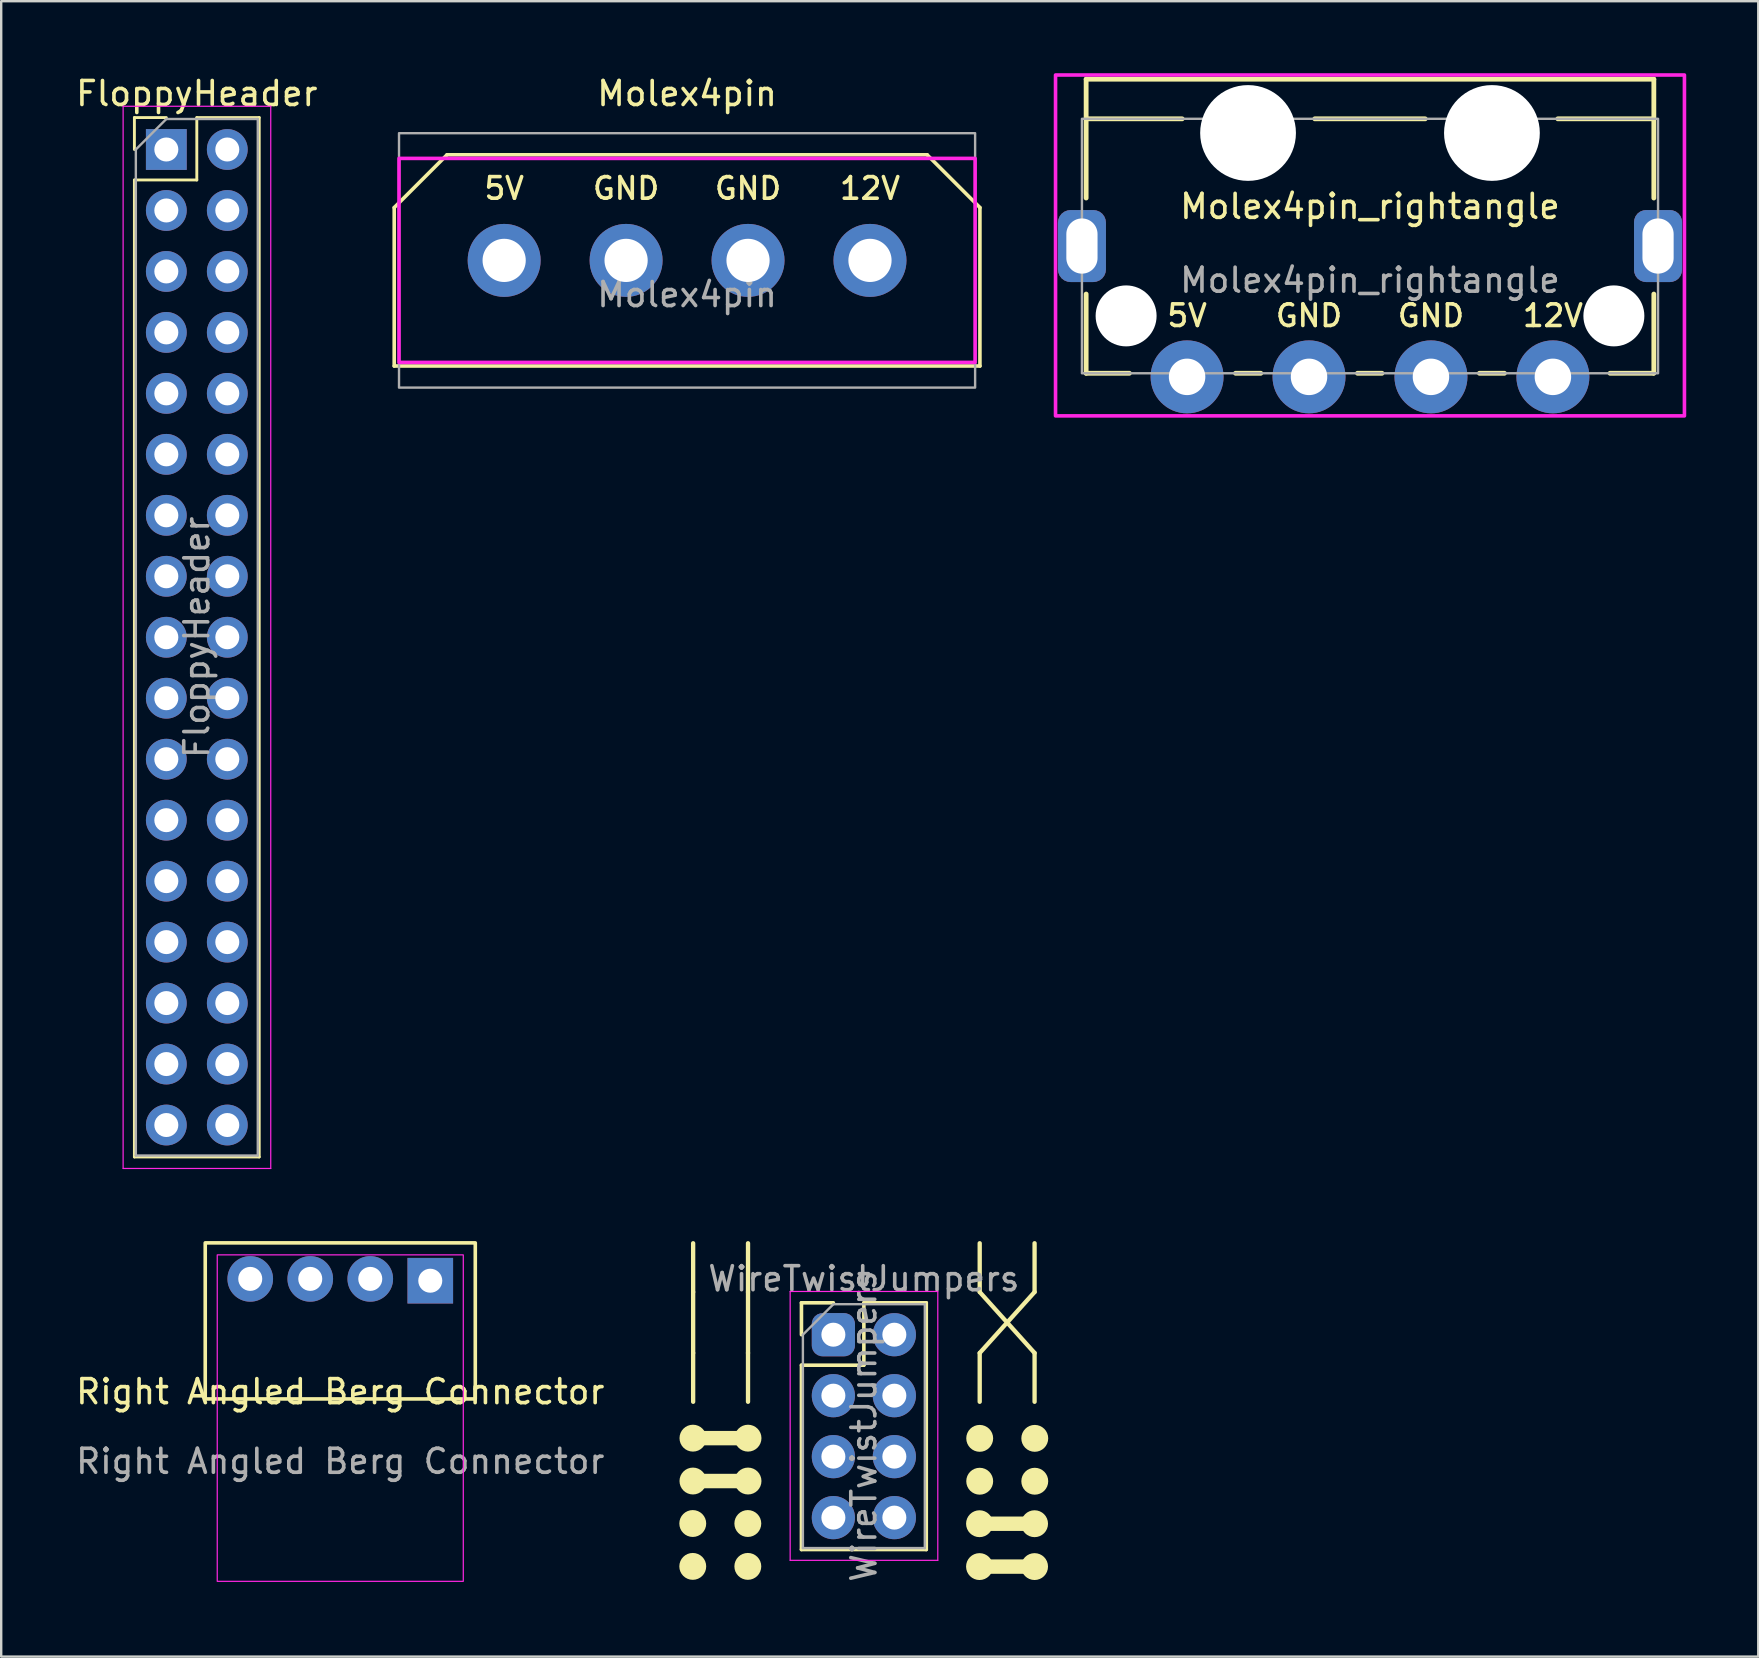
<source format=kicad_pcb>
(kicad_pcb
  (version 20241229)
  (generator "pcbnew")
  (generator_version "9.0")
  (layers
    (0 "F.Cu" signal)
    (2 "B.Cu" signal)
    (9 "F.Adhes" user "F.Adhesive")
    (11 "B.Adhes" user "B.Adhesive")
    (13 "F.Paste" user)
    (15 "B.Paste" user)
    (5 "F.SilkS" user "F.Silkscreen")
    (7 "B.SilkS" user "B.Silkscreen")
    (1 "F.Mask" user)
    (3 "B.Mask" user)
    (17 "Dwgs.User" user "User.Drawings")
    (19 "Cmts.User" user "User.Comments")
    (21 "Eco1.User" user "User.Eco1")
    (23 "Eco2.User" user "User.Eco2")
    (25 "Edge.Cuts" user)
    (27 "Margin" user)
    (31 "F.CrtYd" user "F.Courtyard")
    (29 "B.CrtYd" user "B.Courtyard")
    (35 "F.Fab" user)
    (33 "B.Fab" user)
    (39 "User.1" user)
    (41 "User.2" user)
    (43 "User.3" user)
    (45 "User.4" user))
  (footprint "Molex4pin_rightangle"
    (layer "F.Cu")
    (at 54.023 7.2)
    (property "Reference" "Molex4pin_rightangle" (at 0 -1.65 0) (unlocked yes) (layer "F.SilkS") (effects (font (size 1 1) (thickness 0.15))))
    (attr through_hole)
    (fp_line (start -11.825 -6.95) (end 11.825 -6.95) (stroke (width 0.2) (type solid)) (layer "F.SilkS"))
    (fp_line (start -11.825 -5.3) (end -11.825 -6.95) (stroke (width 0.2) (type solid)) (layer "F.SilkS"))
    (fp_line (start -11.825 -5.3) (end -11.825 -2) (stroke (width 0.2) (type solid)) (layer "F.SilkS"))
    (fp_line (start -11.825 -5.3) (end -7.825 -5.3) (stroke (width 0.2) (type solid)) (layer "F.SilkS"))
    (fp_line (start -11.825 2) (end -11.825 5.3) (stroke (width 0.2) (type solid)) (layer "F.SilkS"))
    (fp_line (start -10.025 5.3) (end -11.825 5.3) (stroke (width 0.2) (type solid)) (layer "F.SilkS"))
    (fp_line (start -4.55 5.3) (end -5.6 5.3) (stroke (width 0.2) (type solid)) (layer "F.SilkS"))
    (fp_line (start -2.3 -5.3) (end 2.3 -5.3) (stroke (width 0.2) (type solid)) (layer "F.SilkS"))
    (fp_line (start 0.5 5.3) (end -0.52 5.3) (stroke (width 0.2) (type solid)) (layer "F.SilkS"))
    (fp_line (start 5.6 5.3) (end 4.56 5.3) (stroke (width 0.2) (type solid)) (layer "F.SilkS"))
    (fp_line (start 11.8 5.3) (end 10 5.3) (stroke (width 0.2) (type solid)) (layer "F.SilkS"))
    (fp_line (start 11.825 -5.3) (end 7.825 -5.3) (stroke (width 0.2) (type solid)) (layer "F.SilkS"))
    (fp_line (start 11.825 -5.3) (end 11.825 -6.95) (stroke (width 0.2) (type solid)) (layer "F.SilkS"))
    (fp_line (start 11.825 -5.3) (end 11.825 -2) (stroke (width 0.2) (type solid)) (layer "F.SilkS"))
    (fp_line (start 11.825 2) (end 11.825 5.3) (stroke (width 0.2) (type solid)) (layer "F.SilkS"))
    (fp_rect (start -13.1 -7.125) (end 13.1 7.075) (stroke (width 0.15) (type solid)) (fill no) (layer "F.CrtYd"))
    (fp_rect (start 12 -5.3) (end -12 5.3) (stroke (width 0.1) (type solid)) (fill no) (layer "F.Fab"))
    (fp_text user "GND" (at 2.54 2.9 0) (unlocked yes) (layer "F.SilkS") (effects (font (size 0.9 0.9) (thickness 0.15))))
    (fp_text user "5V" (at -7.62 2.9 0) (unlocked yes) (layer "F.SilkS") (effects (font (size 0.9 0.9) (thickness 0.15))))
    (fp_text user "GND" (at -2.54 2.9 0) (unlocked yes) (layer "F.SilkS") (effects (font (size 0.9 0.9) (thickness 0.15))))
    (fp_text user "12V" (at 7.62 2.9 0) (unlocked yes) (layer "F.SilkS") (effects (font (size 0.9 0.9) (thickness 0.15))))
    (fp_text user "${REFERENCE}" (at 0 1.425 0) (unlocked yes) (layer "F.Fab") (effects (font (size 1 1) (thickness 0.15))))
    (pad "" np_thru_hole circle (at -10.16 2.91) (size 2.54 2.54) (drill 2.54) (layers "*.Cu" "*.Mask"))
    (pad "" np_thru_hole circle (at -5.08 -4.71) (size 3.99 3.99) (drill 3.99) (layers "*.Cu" "*.Mask"))
    (pad "" np_thru_hole circle (at 5.08 -4.71) (size 3.99 3.99) (drill 3.99) (layers "*.Cu" "*.Mask"))
    (pad "" np_thru_hole circle (at 10.16 2.91) (size 2.54 2.54) (drill 2.54) (layers "*.Cu" "*.Mask"))
    (pad "1" thru_hole circle (at -7.62 5.45) (size 3.04 3.04) (drill 1.52) (layers "*.Cu" "*.Mask"))
    (pad "2" thru_hole circle (at -2.54 5.45) (size 3.04 3.04) (drill 1.52) (layers "*.Cu" "*.Mask"))
    (pad "3" thru_hole circle (at 2.54 5.45) (size 3.04 3.04) (drill 1.52) (layers "*.Cu" "*.Mask"))
    (pad "4" thru_hole circle (at 7.62 5.45) (size 3.04 3.04) (drill 1.52) (layers "*.Cu" "*.Mask"))
    (pad "SHD" thru_hole roundrect (at -12 0) (size 2 3) (drill oval 1.3 2.3) (layers "*.Cu" "*.Mask") (roundrect_rratio 0.263))
    (pad "SHD" thru_hole roundrect (at 12 0) (size 2 3) (drill oval 1.3 2.3) (layers "*.Cu" "*.Mask") (roundrect_rratio 0.25)))
  (footprint "WireTwistJumpers"
    (layer "F.Cu")
    (at 31.668 52.553)
    (property "Reference" "WireTwistJumpers" (at 1.27 -2.33 0) (layer "F.Fab") (effects (font (size 1 1) (thickness 0.15))))
    (attr through_hole)
    (fp_line (start -5.85 4.31) (end -3.556 4.31) (stroke (width 0.6) (type solid)) (layer "F.SilkS"))
    (fp_line (start -5.85 6.096) (end -3.556 6.096) (stroke (width 0.6) (type solid)) (layer "F.SilkS"))
    (fp_line (start -5.842 -3.81) (end -5.842 -1.778) (stroke (width 0.18) (type solid)) (layer "F.SilkS"))
    (fp_line (start -5.842 -1.778) (end -5.842 0.762) (stroke (width 0.18) (type solid)) (layer "F.SilkS"))
    (fp_line (start -5.842 2.794) (end -5.842 0.762) (stroke (width 0.18) (type solid)) (layer "F.SilkS"))
    (fp_line (start -3.556 -3.81) (end -3.556 -1.778) (stroke (width 0.18) (type solid)) (layer "F.SilkS"))
    (fp_line (start -3.556 0.762) (end -3.556 -1.778) (stroke (width 0.18) (type solid)) (layer "F.SilkS"))
    (fp_line (start -3.556 2.794) (end -3.556 0.762) (stroke (width 0.18) (type solid)) (layer "F.SilkS"))
    (fp_line (start -1.33 -1.33) (end 0 -1.33) (stroke (width 0.15) (type solid)) (layer "F.SilkS"))
    (fp_line (start -1.33 0) (end -1.33 -1.33) (stroke (width 0.15) (type solid)) (layer "F.SilkS"))
    (fp_line (start -1.33 1.27) (end -1.33 8.95) (stroke (width 0.15) (type solid)) (layer "F.SilkS"))
    (fp_line (start -1.33 1.27) (end 1.27 1.27) (stroke (width 0.15) (type solid)) (layer "F.SilkS"))
    (fp_line (start -1.33 8.95) (end 3.87 8.95) (stroke (width 0.15) (type solid)) (layer "F.SilkS"))
    (fp_line (start 1.27 -1.33) (end 3.87 -1.33) (stroke (width 0.15) (type solid)) (layer "F.SilkS"))
    (fp_line (start 1.27 1.27) (end 1.27 -1.33) (stroke (width 0.15) (type solid)) (layer "F.SilkS"))
    (fp_line (start 3.87 -1.33) (end 3.87 8.95) (stroke (width 0.15) (type solid)) (layer "F.SilkS"))
    (fp_line (start 6.088 7.874) (end 8.382 7.874) (stroke (width 0.6) (type solid)) (layer "F.SilkS"))
    (fp_line (start 6.088 9.66) (end 8.382 9.66) (stroke (width 0.6) (type solid)) (layer "F.SilkS"))
    (fp_line (start 6.096 -3.81) (end 6.096 -1.778) (stroke (width 0.18) (type solid)) (layer "F.SilkS"))
    (fp_line (start 6.096 -1.778) (end 8.382 0.762) (stroke (width 0.18) (type solid)) (layer "F.SilkS"))
    (fp_line (start 6.096 0.762) (end 8.382 -1.778) (stroke (width 0.18) (type solid)) (layer "F.SilkS"))
    (fp_line (start 6.096 2.794) (end 6.096 0.762) (stroke (width 0.18) (type solid)) (layer "F.SilkS"))
    (fp_line (start 8.382 -3.81) (end 8.382 -1.778) (stroke (width 0.18) (type solid)) (layer "F.SilkS"))
    (fp_line (start 8.382 2.794) (end 8.382 0.762) (stroke (width 0.18) (type solid)) (layer "F.SilkS"))
    (fp_circle (center -5.858 7.866) (end -5.358 7.866) (stroke (width 0.12) (type solid)) (fill yes) (layer "F.SilkS"))
    (fp_circle (center -5.858 9.652) (end -5.358 9.652) (stroke (width 0.12) (type solid)) (fill yes) (layer "F.SilkS"))
    (fp_circle (center -5.85 4.31) (end -5.35 4.31) (stroke (width 0.12) (type solid)) (fill yes) (layer "F.SilkS"))
    (fp_circle (center -5.85 6.096) (end -5.35 6.096) (stroke (width 0.12) (type solid)) (fill yes) (layer "F.SilkS"))
    (fp_circle (center -3.564 7.866) (end -3.064 7.866) (stroke (width 0.12) (type solid)) (fill yes) (layer "F.SilkS"))
    (fp_circle (center -3.564 9.652) (end -3.064 9.652) (stroke (width 0.12) (type solid)) (fill yes) (layer "F.SilkS"))
    (fp_circle (center -3.556 4.31) (end -3.056 4.31) (stroke (width 0.12) (type solid)) (fill yes) (layer "F.SilkS"))
    (fp_circle (center -3.556 6.096) (end -3.056 6.096) (stroke (width 0.12) (type solid)) (fill yes) (layer "F.SilkS"))
    (fp_circle (center 6.088 7.874) (end 6.588 7.874) (stroke (width 0.12) (type solid)) (fill yes) (layer "F.SilkS"))
    (fp_circle (center 6.088 9.66) (end 6.588 9.66) (stroke (width 0.12) (type solid)) (fill yes) (layer "F.SilkS"))
    (fp_circle (center 6.096 4.318) (end 6.596 4.318) (stroke (width 0.12) (type solid)) (fill yes) (layer "F.SilkS"))
    (fp_circle (center 6.096 6.104) (end 6.596 6.104) (stroke (width 0.12) (type solid)) (fill yes) (layer "F.SilkS"))
    (fp_circle (center 8.382 7.874) (end 8.882 7.874) (stroke (width 0.12) (type solid)) (fill yes) (layer "F.SilkS"))
    (fp_circle (center 8.382 9.66) (end 8.882 9.66) (stroke (width 0.12) (type solid)) (fill yes) (layer "F.SilkS"))
    (fp_circle (center 8.39 4.318) (end 8.89 4.318) (stroke (width 0.12) (type solid)) (fill yes) (layer "F.SilkS"))
    (fp_circle (center 8.39 6.104) (end 8.89 6.104) (stroke (width 0.12) (type solid)) (fill yes) (layer "F.SilkS"))
    (fp_line (start -1.8 -1.8) (end -1.8 9.4) (stroke (width 0.05) (type solid)) (layer "F.CrtYd"))
    (fp_line (start -1.8 9.4) (end 4.35 9.4) (stroke (width 0.05) (type solid)) (layer "F.CrtYd"))
    (fp_line (start 4.35 -1.8) (end -1.8 -1.8) (stroke (width 0.05) (type solid)) (layer "F.CrtYd"))
    (fp_line (start 4.35 9.4) (end 4.35 -1.8) (stroke (width 0.05) (type solid)) (layer "F.CrtYd"))
    (fp_line (start -1.27 0) (end 0 -1.27) (stroke (width 0.1) (type solid)) (layer "F.Fab"))
    (fp_line (start -1.27 8.89) (end -1.27 0) (stroke (width 0.1) (type solid)) (layer "F.Fab"))
    (fp_line (start 0 -1.27) (end 3.81 -1.27) (stroke (width 0.1) (type solid)) (layer "F.Fab"))
    (fp_line (start 3.81 -1.27) (end 3.81 8.89) (stroke (width 0.1) (type solid)) (layer "F.Fab"))
    (fp_line (start 3.81 8.89) (end -1.27 8.89) (stroke (width 0.1) (type solid)) (layer "F.Fab"))
    (fp_text user "${REFERENCE}" (at 1.27 3.81 90) (layer "F.Fab") (effects (font (size 1 1) (thickness 0.15))))
    (pad "1" thru_hole roundrect (at 0 0) (size 1.8 1.8) (drill 1) (layers "*.Cu" "*.Mask") (roundrect_rratio 0.25))
    (pad "2" thru_hole circle (at 2.54 0) (size 1.8 1.8) (drill 1) (layers "*.Cu" "*.Mask"))
    (pad "3" thru_hole circle (at 0 2.54) (size 1.8 1.8) (drill 1) (layers "*.Cu" "*.Mask"))
    (pad "4" thru_hole circle (at 2.54 2.54) (size 1.8 1.8) (drill 1) (layers "*.Cu" "*.Mask"))
    (pad "5" thru_hole circle (at 0 5.08) (size 1.8 1.8) (drill 1) (layers "*.Cu" "*.Mask"))
    (pad "6" thru_hole circle (at 2.54 5.08) (size 1.8 1.8) (drill 1) (layers "*.Cu" "*.Mask"))
    (pad "7" thru_hole circle (at 0 7.62) (size 1.8 1.8) (drill 1) (layers "*.Cu" "*.Mask"))
    (pad "8" thru_hole circle (at 2.54 7.62) (size 1.8 1.8) (drill 1) (layers "*.Cu" "*.Mask")))
  (footprint "Right Angled Berg Connector"
    (layer "F.Cu")
    (at 11.125 50.228)
    (property "Reference" "Right Angled Berg Connector" (at 0 4.7 0) (unlocked yes) (layer "F.SilkS") (effects (font (size 1 1) (thickness 0.15))))
    (attr through_hole)
    (fp_rect (start -5.625 -1.5) (end 5.625 5) (stroke (width 0.15) (type solid)) (fill no) (layer "F.SilkS"))
    (fp_rect (start -5.125 -1) (end 5.125 12.6) (stroke (width 0.05) (type solid)) (fill no) (layer "F.CrtYd"))
    (fp_text user "${REFERENCE}" (at 0 7.6 0) (unlocked yes) (layer "F.Fab") (effects (font (size 1 1) (thickness 0.15))))
    (pad "1" thru_hole rect (at 3.75 0.076) (size 1.9 1.9) (drill 1) (layers "*.Cu" "*.Mask"))
    (pad "2" thru_hole circle (at 1.25 0) (size 1.9 1.9) (drill 1) (layers "*.Cu" "*.Mask"))
    (pad "3" thru_hole circle (at -1.25 0) (size 1.9 1.9) (drill 1) (layers "*.Cu" "*.Mask"))
    (pad "4" thru_hole circle (at -3.75 0) (size 1.9 1.9) (drill 1) (layers "*.Cu" "*.Mask")))
  (footprint "Molex4pin"
    (layer "F.Cu")
    (at 25.573 7.798)
    (property "Reference" "Molex4pin" (at 0 -6.95 0) (unlocked yes) (layer "F.SilkS") (effects (font (size 1 1) (thickness 0.15))))
    (attr through_hole)
    (fp_line (start -12.2 -2.2) (end -12.2 4.4) (stroke (width 0.15) (type solid)) (layer "F.SilkS"))
    (fp_line (start -12.2 4.4) (end 12.2 4.4) (stroke (width 0.15) (type solid)) (layer "F.SilkS"))
    (fp_line (start -10 -4.4) (end -12.2 -2.2) (stroke (width 0.15) (type solid)) (layer "F.SilkS"))
    (fp_line (start 10 -4.4) (end -10 -4.4) (stroke (width 0.15) (type solid)) (layer "F.SilkS"))
    (fp_line (start 10 -4.4) (end 12.2 -2.2) (stroke (width 0.15) (type solid)) (layer "F.SilkS"))
    (fp_line (start 12.2 -2.2) (end 12.2 4.4) (stroke (width 0.15) (type solid)) (layer "F.SilkS"))
    (fp_rect (start -12 -4.25) (end 12 4.25) (stroke (width 0.15) (type solid)) (fill no) (layer "F.CrtYd"))
    (fp_rect (start 12 -5.3) (end -12 5.3) (stroke (width 0.1) (type solid)) (fill no) (layer "F.Fab"))
    (fp_text user "GND" (at 2.54 -3 0) (unlocked yes) (layer "F.SilkS") (effects (font (size 0.9 0.9) (thickness 0.15))))
    (fp_text user "5V" (at -7.62 -3 0) (unlocked yes) (layer "F.SilkS") (effects (font (size 0.9 0.9) (thickness 0.15))))
    (fp_text user "GND" (at -2.54 -3 0) (unlocked yes) (layer "F.SilkS") (effects (font (size 0.9 0.9) (thickness 0.15))))
    (fp_text user "12V" (at 7.62 -3 0) (unlocked yes) (layer "F.SilkS") (effects (font (size 0.9 0.9) (thickness 0.15))))
    (fp_text user "${REFERENCE}" (at 0 1.425 0) (unlocked yes) (layer "F.Fab") (effects (font (size 1 1) (thickness 0.15))))
    (pad "1" thru_hole circle (at -7.62 0) (size 3.04 3.04) (drill 1.8) (layers "*.Cu" "*.Mask"))
    (pad "2" thru_hole circle (at -2.54 0) (size 3.04 3.04) (drill 1.8) (layers "*.Cu" "*.Mask"))
    (pad "3" thru_hole circle (at 2.54 0) (size 3.04 3.04) (drill 1.8) (layers "*.Cu" "*.Mask"))
    (pad "4" thru_hole circle (at 7.62 0) (size 3.04 3.04) (drill 1.8) (layers "*.Cu" "*.Mask")))
  (footprint "FloppyHeader"
    (layer "F.Cu")
    (at 3.879 3.178)
    (property "Reference" "FloppyHeader" (at 1.27 -2.33 0) (layer "F.SilkS") (effects (font (size 1 1) (thickness 0.15))))
    (attr through_hole)
    (fp_line (start -1.33 -1.33) (end 0 -1.33) (stroke (width 0.12) (type solid)) (layer "F.SilkS"))
    (fp_line (start -1.33 0) (end -1.33 -1.33) (stroke (width 0.12) (type solid)) (layer "F.SilkS"))
    (fp_line (start -1.33 1.27) (end -1.33 41.97) (stroke (width 0.12) (type solid)) (layer "F.SilkS"))
    (fp_line (start -1.33 1.27) (end 1.27 1.27) (stroke (width 0.12) (type solid)) (layer "F.SilkS"))
    (fp_line (start -1.33 41.97) (end 3.87 41.97) (stroke (width 0.12) (type solid)) (layer "F.SilkS"))
    (fp_line (start 1.27 -1.33) (end 3.87 -1.33) (stroke (width 0.12) (type solid)) (layer "F.SilkS"))
    (fp_line (start 1.27 1.27) (end 1.27 -1.33) (stroke (width 0.12) (type solid)) (layer "F.SilkS"))
    (fp_line (start 3.87 -1.33) (end 3.87 41.97) (stroke (width 0.12) (type solid)) (layer "F.SilkS"))
    (fp_line (start -1.8 -1.8) (end -1.8 42.45) (stroke (width 0.05) (type solid)) (layer "F.CrtYd"))
    (fp_line (start -1.8 42.45) (end 4.35 42.45) (stroke (width 0.05) (type solid)) (layer "F.CrtYd"))
    (fp_line (start 4.35 -1.8) (end -1.8 -1.8) (stroke (width 0.05) (type solid)) (layer "F.CrtYd"))
    (fp_line (start 4.35 42.45) (end 4.35 -1.8) (stroke (width 0.05) (type solid)) (layer "F.CrtYd"))
    (fp_line (start -1.27 0) (end 0 -1.27) (stroke (width 0.1) (type solid)) (layer "F.Fab"))
    (fp_line (start -1.27 41.91) (end -1.27 0) (stroke (width 0.1) (type solid)) (layer "F.Fab"))
    (fp_line (start 0 -1.27) (end 3.81 -1.27) (stroke (width 0.1) (type solid)) (layer "F.Fab"))
    (fp_line (start 3.81 -1.27) (end 3.81 41.91) (stroke (width 0.1) (type solid)) (layer "F.Fab"))
    (fp_line (start 3.81 41.91) (end -1.27 41.91) (stroke (width 0.1) (type solid)) (layer "F.Fab"))
    (fp_text user "${REFERENCE}" (at 1.27 20.32 90) (layer "F.Fab") (effects (font (size 1 1) (thickness 0.15))))
    (pad "1" thru_hole rect (at 0 0) (size 1.7 1.7) (drill 1) (layers "*.Cu" "*.Mask"))
    (pad "2" thru_hole oval (at 2.54 0) (size 1.7 1.7) (drill 1) (layers "*.Cu" "*.Mask"))
    (pad "3" thru_hole oval (at 0 2.54) (size 1.7 1.7) (drill 1) (layers "*.Cu" "*.Mask"))
    (pad "4" thru_hole oval (at 2.54 2.54) (size 1.7 1.7) (drill 1) (layers "*.Cu" "*.Mask"))
    (pad "5" thru_hole oval (at 0 5.08) (size 1.7 1.7) (drill 1) (layers "*.Cu" "*.Mask"))
    (pad "6" thru_hole oval (at 2.54 5.08) (size 1.7 1.7) (drill 1) (layers "*.Cu" "*.Mask"))
    (pad "7" thru_hole oval (at 0 7.62) (size 1.7 1.7) (drill 1) (layers "*.Cu" "*.Mask"))
    (pad "8" thru_hole oval (at 2.54 7.62) (size 1.7 1.7) (drill 1) (layers "*.Cu" "*.Mask"))
    (pad "9" thru_hole oval (at 0 10.16) (size 1.7 1.7) (drill 1) (layers "*.Cu" "*.Mask"))
    (pad "10" thru_hole oval (at 2.54 10.16) (size 1.7 1.7) (drill 1) (layers "*.Cu" "*.Mask"))
    (pad "11" thru_hole oval (at 0 12.7) (size 1.7 1.7) (drill 1) (layers "*.Cu" "*.Mask"))
    (pad "12" thru_hole oval (at 2.54 12.7) (size 1.7 1.7) (drill 1) (layers "*.Cu" "*.Mask"))
    (pad "13" thru_hole oval (at 0 15.24) (size 1.7 1.7) (drill 1) (layers "*.Cu" "*.Mask"))
    (pad "14" thru_hole oval (at 2.54 15.24) (size 1.7 1.7) (drill 1) (layers "*.Cu" "*.Mask"))
    (pad "15" thru_hole oval (at 0 17.78) (size 1.7 1.7) (drill 1) (layers "*.Cu" "*.Mask"))
    (pad "16" thru_hole oval (at 2.54 17.78) (size 1.7 1.7) (drill 1) (layers "*.Cu" "*.Mask"))
    (pad "17" thru_hole oval (at 0 20.32) (size 1.7 1.7) (drill 1) (layers "*.Cu" "*.Mask"))
    (pad "18" thru_hole oval (at 2.54 20.32) (size 1.7 1.7) (drill 1) (layers "*.Cu" "*.Mask"))
    (pad "19" thru_hole oval (at 0 22.86) (size 1.7 1.7) (drill 1) (layers "*.Cu" "*.Mask"))
    (pad "20" thru_hole oval (at 2.54 22.86) (size 1.7 1.7) (drill 1) (layers "*.Cu" "*.Mask"))
    (pad "21" thru_hole oval (at 0 25.4) (size 1.7 1.7) (drill 1) (layers "*.Cu" "*.Mask"))
    (pad "22" thru_hole oval (at 2.54 25.4) (size 1.7 1.7) (drill 1) (layers "*.Cu" "*.Mask"))
    (pad "23" thru_hole oval (at 0 27.94) (size 1.7 1.7) (drill 1) (layers "*.Cu" "*.Mask"))
    (pad "24" thru_hole oval (at 2.54 27.94) (size 1.7 1.7) (drill 1) (layers "*.Cu" "*.Mask"))
    (pad "25" thru_hole oval (at 0 30.48) (size 1.7 1.7) (drill 1) (layers "*.Cu" "*.Mask"))
    (pad "26" thru_hole oval (at 2.54 30.48) (size 1.7 1.7) (drill 1) (layers "*.Cu" "*.Mask"))
    (pad "27" thru_hole oval (at 0 33.02) (size 1.7 1.7) (drill 1) (layers "*.Cu" "*.Mask"))
    (pad "28" thru_hole oval (at 2.54 33.02) (size 1.7 1.7) (drill 1) (layers "*.Cu" "*.Mask"))
    (pad "29" thru_hole oval (at 0 35.56) (size 1.7 1.7) (drill 1) (layers "*.Cu" "*.Mask"))
    (pad "30" thru_hole oval (at 2.54 35.56) (size 1.7 1.7) (drill 1) (layers "*.Cu" "*.Mask"))
    (pad "31" thru_hole oval (at 0 38.1) (size 1.7 1.7) (drill 1) (layers "*.Cu" "*.Mask"))
    (pad "32" thru_hole oval (at 2.54 38.1) (size 1.7 1.7) (drill 1) (layers "*.Cu" "*.Mask"))
    (pad "33" thru_hole oval (at 0 40.64) (size 1.7 1.7) (drill 1) (layers "*.Cu" "*.Mask"))
    (pad "34" thru_hole oval (at 2.54 40.64) (size 1.7 1.7) (drill 1) (layers "*.Cu" "*.Mask")))
  (gr_rect
    (start -3 -3)
    (end 70.198 65.964)
    (stroke (width 0.1) (type default))
    (fill no)
    (layer "Edge.Cuts")))
</source>
